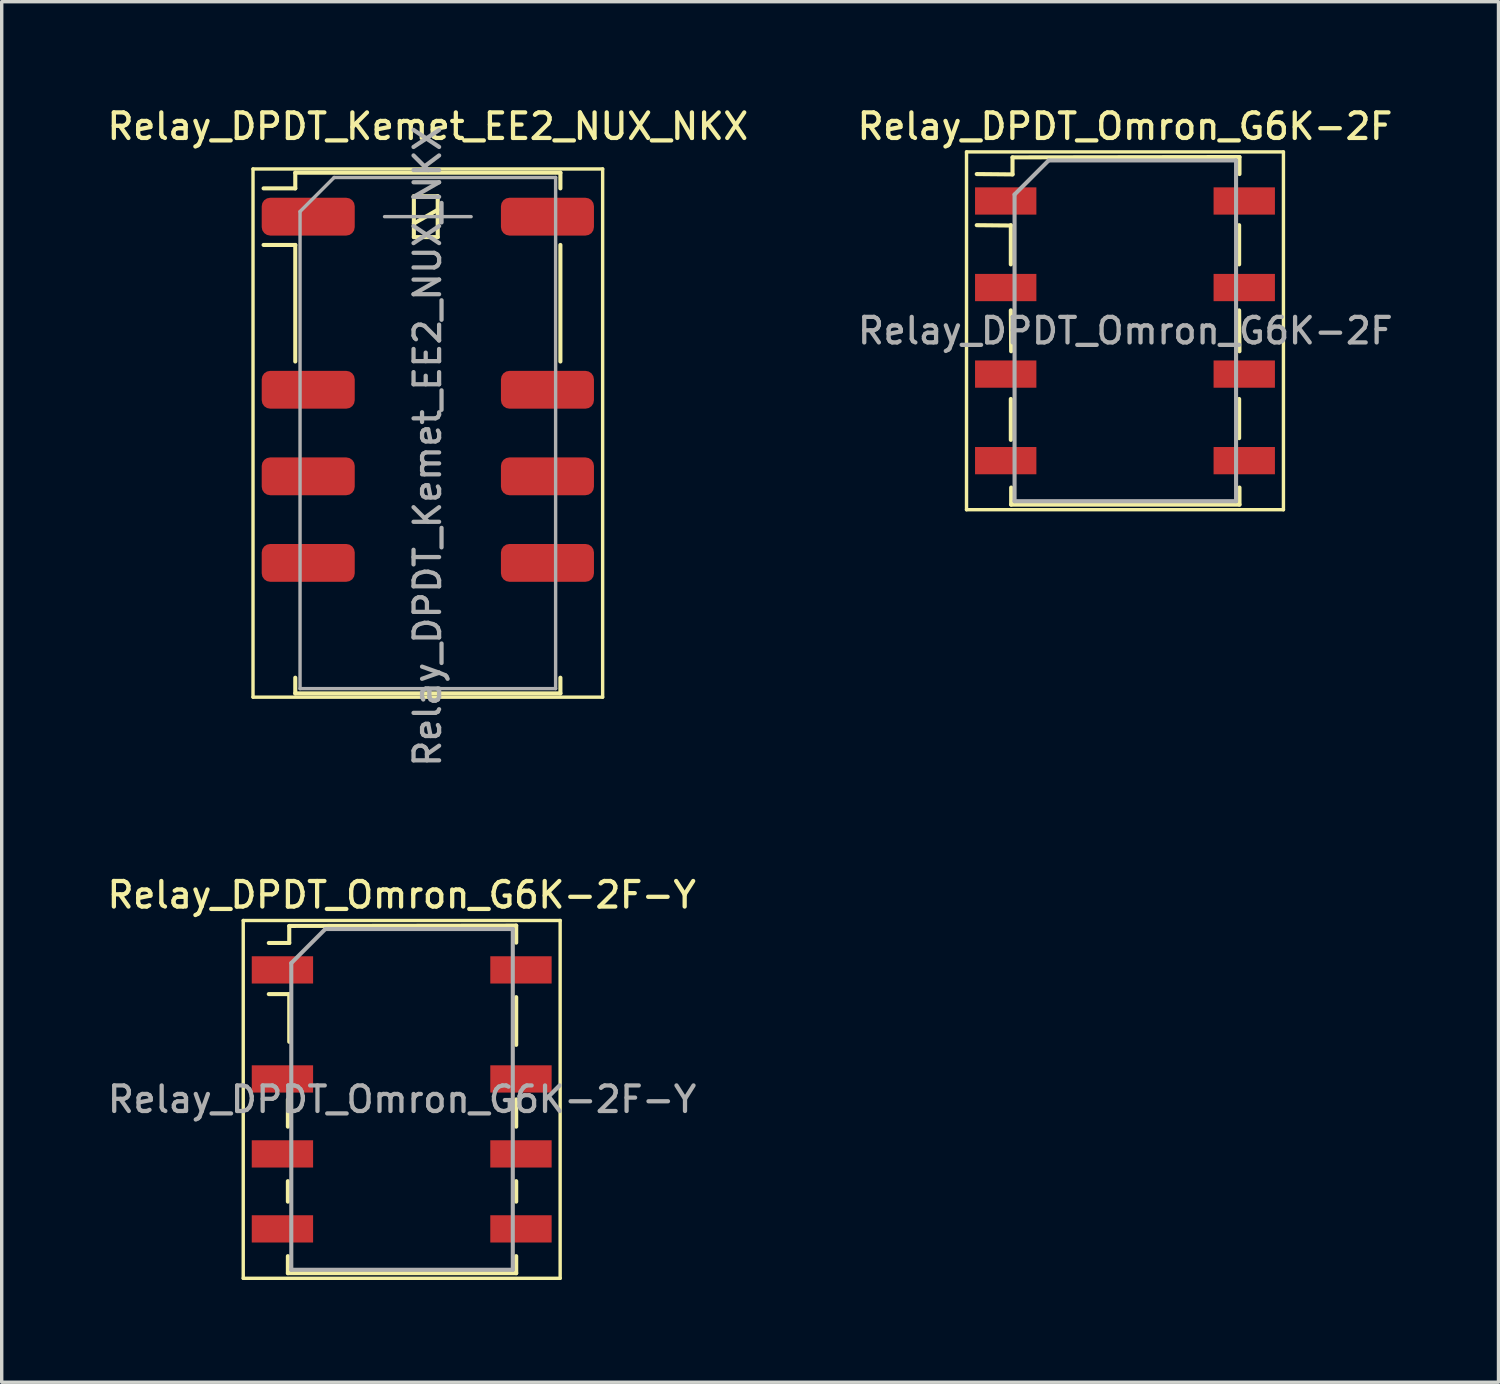
<source format=kicad_pcb>
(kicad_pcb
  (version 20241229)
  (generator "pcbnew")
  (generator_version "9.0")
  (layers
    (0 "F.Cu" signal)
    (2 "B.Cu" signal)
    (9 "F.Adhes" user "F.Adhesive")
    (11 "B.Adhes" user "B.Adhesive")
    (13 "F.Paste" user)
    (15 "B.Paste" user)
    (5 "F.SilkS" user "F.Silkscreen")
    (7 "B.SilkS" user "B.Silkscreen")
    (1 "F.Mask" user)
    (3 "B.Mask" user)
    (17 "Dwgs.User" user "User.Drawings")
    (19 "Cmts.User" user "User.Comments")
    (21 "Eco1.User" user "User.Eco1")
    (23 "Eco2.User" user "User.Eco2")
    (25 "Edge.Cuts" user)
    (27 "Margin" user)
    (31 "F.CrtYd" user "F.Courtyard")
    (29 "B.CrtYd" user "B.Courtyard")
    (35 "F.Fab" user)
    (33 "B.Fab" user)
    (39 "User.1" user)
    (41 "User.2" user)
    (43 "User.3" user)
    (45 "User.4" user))
  (footprint "Relay_DPDT_Kemet_EE2_NUX_NKX"
    (layer "F.Cu")
    (at 9.505 9.658)
    (property "Reference" "Relay_DPDT_Kemet_EE2_NUX_NKX" (at 0 -9 180) (layer "F.SilkS") (effects (font (size 0.75 0.75) (thickness 0.125))))
    (attr smd)
    (fp_line (start -5.13 -7.75) (end -5.13 7.75) (stroke (width 0.1) (type solid)) (layer "F.SilkS"))
    (fp_line (start -5.13 7.75) (end 5.13 7.75) (stroke (width 0.1) (type solid)) (layer "F.SilkS"))
    (fp_line (start -3.89 -7.64) (end -3.89 -7.18) (stroke (width 0.12) (type solid)) (layer "F.SilkS"))
    (fp_line (start -3.89 -7.18) (end -4.82 -7.18) (stroke (width 0.12) (type solid)) (layer "F.SilkS"))
    (fp_line (start -3.89 -5.52) (end -4.82 -5.52) (stroke (width 0.12) (type solid)) (layer "F.SilkS"))
    (fp_line (start -3.89 -5.52) (end -3.89 -2.1) (stroke (width 0.12) (type solid)) (layer "F.SilkS"))
    (fp_line (start -3.89 7.18) (end -3.89 7.64) (stroke (width 0.12) (type solid)) (layer "F.SilkS"))
    (fp_line (start -0.41 -6.95) (end -0.41 -5.75) (stroke (width 0.12) (type solid)) (layer "F.SilkS"))
    (fp_line (start -0.41 -6.15) (end 0.29 -6.55) (stroke (width 0.12) (type solid)) (layer "F.SilkS"))
    (fp_line (start -0.41 -5.75) (end 0.29 -5.75) (stroke (width 0.12) (type solid)) (layer "F.SilkS"))
    (fp_line (start 0.29 -6.95) (end -0.41 -6.95) (stroke (width 0.12) (type solid)) (layer "F.SilkS"))
    (fp_line (start 0.29 -5.75) (end 0.29 -6.95) (stroke (width 0.12) (type solid)) (layer "F.SilkS"))
    (fp_line (start 3.89 -7.64) (end -3.89 -7.64) (stroke (width 0.12) (type solid)) (layer "F.SilkS"))
    (fp_line (start 3.89 -7.64) (end 3.89 -7.18) (stroke (width 0.12) (type solid)) (layer "F.SilkS"))
    (fp_line (start 3.89 -5.52) (end 3.89 -2.1) (stroke (width 0.12) (type solid)) (layer "F.SilkS"))
    (fp_line (start 3.89 7.18) (end 3.89 7.64) (stroke (width 0.12) (type solid)) (layer "F.SilkS"))
    (fp_line (start 3.89 7.64) (end -3.89 7.64) (stroke (width 0.12) (type solid)) (layer "F.SilkS"))
    (fp_line (start 5.13 -7.75) (end -5.13 -7.75) (stroke (width 0.1) (type solid)) (layer "F.SilkS"))
    (fp_line (start 5.13 -7.75) (end 5.13 7.75) (stroke (width 0.1) (type solid)) (layer "F.SilkS"))
    (fp_line (start -3.75 -6.5) (end -3.75 7.5) (stroke (width 0.1) (type solid)) (layer "F.Fab"))
    (fp_line (start -3.75 -6.5) (end -2.75 -7.5) (stroke (width 0.1) (type solid)) (layer "F.Fab"))
    (fp_line (start -1.27 -6.35) (end 1.27 -6.35) (stroke (width 0.1) (type solid)) (layer "F.Fab"))
    (fp_line (start 3.75 -7.5) (end -2.75 -7.5) (stroke (width 0.1) (type solid)) (layer "F.Fab"))
    (fp_line (start 3.75 -7.5) (end 3.75 7.5) (stroke (width 0.1) (type solid)) (layer "F.Fab"))
    (fp_line (start 3.75 7.5) (end -3.75 7.5) (stroke (width 0.1) (type solid)) (layer "F.Fab"))
    (fp_text user "${REFERENCE}" (at -0.01 0.39 90) (layer "F.Fab") (effects (font (size 0.75 0.75) (thickness 0.125))))
    (pad "1" smd roundrect (at -3.51 -6.35 270) (size 1.11 2.73) (layers "F.Cu" "F.Mask" "F.Paste") (roundrect_rratio 0.225))
    (pad "3" smd roundrect (at -3.51 -1.27 270) (size 1.11 2.73) (layers "F.Cu" "F.Mask" "F.Paste") (roundrect_rratio 0.225))
    (pad "4" smd roundrect (at -3.51 1.27 270) (size 1.11 2.73) (layers "F.Cu" "F.Mask" "F.Paste") (roundrect_rratio 0.225))
    (pad "5" smd roundrect (at -3.51 3.81 270) (size 1.11 2.73) (layers "F.Cu" "F.Mask" "F.Paste") (roundrect_rratio 0.225))
    (pad "8" smd roundrect (at 3.51 3.81 270) (size 1.11 2.73) (layers "F.Cu" "F.Mask" "F.Paste") (roundrect_rratio 0.225))
    (pad "9" smd roundrect (at 3.51 1.27 270) (size 1.11 2.73) (layers "F.Cu" "F.Mask" "F.Paste") (roundrect_rratio 0.225))
    (pad "10" smd roundrect (at 3.51 -1.27 270) (size 1.11 2.73) (layers "F.Cu" "F.Mask" "F.Paste") (roundrect_rratio 0.225))
    (pad "12" smd roundrect (at 3.51 -6.35 270) (size 1.11 2.73) (layers "F.Cu" "F.Mask" "F.Paste") (roundrect_rratio 0.225)))
  (footprint "Relay_DPDT_Omron_G6K-2F-Y"
    (layer "F.Cu")
    (at 8.738 29.212)
    (property "Reference" "Relay_DPDT_Omron_G6K-2F-Y" (at 0 -6 0) (layer "F.SilkS") (effects (font (size 0.75 0.75) (thickness 0.125))))
    (attr smd)
    (fp_line (start -4.65 -5.25) (end -4.65 5.25) (stroke (width 0.1) (type solid)) (layer "F.SilkS"))
    (fp_line (start -4.65 -5.25) (end 4.65 -5.25) (stroke (width 0.1) (type solid)) (layer "F.SilkS"))
    (fp_line (start -3.34 0.8) (end -3.34 0) (stroke (width 0.12) (type solid)) (layer "F.SilkS"))
    (fp_line (start -3.34 3) (end -3.34 2.4) (stroke (width 0.12) (type solid)) (layer "F.SilkS"))
    (fp_line (start -3.34 5.1) (end -3.34 4.6) (stroke (width 0.12) (type solid)) (layer "F.SilkS"))
    (fp_line (start -3.3 -5.09) (end -3.3 -4.59) (stroke (width 0.12) (type solid)) (layer "F.SilkS"))
    (fp_line (start -3.3 -5.09) (end 3.36 -5.1) (stroke (width 0.12) (type solid)) (layer "F.SilkS"))
    (fp_line (start -3.3 -4.59) (end -3.9 -4.59) (stroke (width 0.12) (type solid)) (layer "F.SilkS"))
    (fp_line (start -3.3 -3.09) (end -3.9 -3.09) (stroke (width 0.12) (type solid)) (layer "F.SilkS"))
    (fp_line (start -3.3 -1.69) (end -3.3 -3.09) (stroke (width 0.12) (type solid)) (layer "F.SilkS"))
    (fp_line (start 3.36 -5.1) (end 3.36 -4.6) (stroke (width 0.12) (type solid)) (layer "F.SilkS"))
    (fp_line (start 3.36 -3) (end 3.36 -1.6) (stroke (width 0.12) (type solid)) (layer "F.SilkS"))
    (fp_line (start 3.36 0) (end 3.36 0.8) (stroke (width 0.12) (type solid)) (layer "F.SilkS"))
    (fp_line (start 3.36 2.4) (end 3.36 3) (stroke (width 0.12) (type solid)) (layer "F.SilkS"))
    (fp_line (start 3.36 4.6) (end 3.36 5.1) (stroke (width 0.12) (type solid)) (layer "F.SilkS"))
    (fp_line (start 3.36 5.1) (end -3.34 5.1) (stroke (width 0.12) (type solid)) (layer "F.SilkS"))
    (fp_line (start 4.65 5.25) (end -4.65 5.25) (stroke (width 0.1) (type solid)) (layer "F.SilkS"))
    (fp_line (start 4.65 5.25) (end 4.65 -5.25) (stroke (width 0.1) (type solid)) (layer "F.SilkS"))
    (fp_line (start -3.24 -4) (end -2.24 -5) (stroke (width 0.12) (type solid)) (layer "F.Fab"))
    (fp_line (start -3.24 5) (end -3.24 -4) (stroke (width 0.12) (type solid)) (layer "F.Fab"))
    (fp_line (start -2.24 -5) (end 3.26 -5) (stroke (width 0.12) (type solid)) (layer "F.Fab"))
    (fp_line (start 3.26 -5) (end 3.26 5) (stroke (width 0.12) (type solid)) (layer "F.Fab"))
    (fp_line (start 3.26 5) (end -3.24 5) (stroke (width 0.12) (type solid)) (layer "F.Fab"))
    (fp_text user "${REFERENCE}" (at 0.01 0 0) (layer "F.Fab") (effects (font (size 0.75 0.75) (thickness 0.125))))
    (pad "1" smd rect (at -3.5 -3.8) (size 1.8 0.8) (layers "F.Cu" "F.Mask" "F.Paste"))
    (pad "2" smd rect (at -3.5 -0.6) (size 1.8 0.8) (layers "F.Cu" "F.Mask" "F.Paste"))
    (pad "3" smd rect (at -3.5 1.6) (size 1.8 0.8) (layers "F.Cu" "F.Mask" "F.Paste"))
    (pad "4" smd rect (at -3.5 3.8) (size 1.8 0.8) (layers "F.Cu" "F.Mask" "F.Paste"))
    (pad "5" smd rect (at 3.5 3.8) (size 1.8 0.8) (layers "F.Cu" "F.Mask" "F.Paste"))
    (pad "6" smd rect (at 3.5 1.6) (size 1.8 0.8) (layers "F.Cu" "F.Mask" "F.Paste"))
    (pad "7" smd rect (at 3.5 -0.6) (size 1.8 0.8) (layers "F.Cu" "F.Mask" "F.Paste"))
    (pad "8" smd rect (at 3.5 -3.8) (size 1.8 0.8) (layers "F.Cu" "F.Mask" "F.Paste")))
  (footprint "Relay_DPDT_Omron_G6K-2F"
    (layer "F.Cu")
    (at 29.963 6.658)
    (property "Reference" "Relay_DPDT_Omron_G6K-2F" (at 0 -6 0) (layer "F.SilkS") (effects (font (size 0.75 0.75) (thickness 0.125))))
    (attr smd)
    (fp_line (start -4.65 -5.25) (end -4.65 5.25) (stroke (width 0.1) (type solid)) (layer "F.SilkS"))
    (fp_line (start -4.65 -5.25) (end 4.65 -5.25) (stroke (width 0.1) (type solid)) (layer "F.SilkS"))
    (fp_line (start -3.35 -3.09) (end -4.35 -3.1) (stroke (width 0.12) (type solid)) (layer "F.SilkS"))
    (fp_line (start -3.35 -1.95) (end -3.35 -3.1) (stroke (width 0.12) (type solid)) (layer "F.SilkS"))
    (fp_line (start -3.35 3.2) (end -3.35 2) (stroke (width 0.12) (type solid)) (layer "F.SilkS"))
    (fp_line (start -3.34 0.6) (end -3.35 -0.6) (stroke (width 0.12) (type solid)) (layer "F.SilkS"))
    (fp_line (start -3.34 5.1) (end -3.34 4.6) (stroke (width 0.12) (type solid)) (layer "F.SilkS"))
    (fp_line (start -3.3 -5.09) (end -3.3 -4.59) (stroke (width 0.12) (type solid)) (layer "F.SilkS"))
    (fp_line (start -3.3 -5.09) (end 3.36 -5.1) (stroke (width 0.12) (type solid)) (layer "F.SilkS"))
    (fp_line (start -3.3 -4.59) (end -4.35 -4.6) (stroke (width 0.12) (type solid)) (layer "F.SilkS"))
    (fp_line (start 3.35 -3.1) (end 3.35 -1.95) (stroke (width 0.12) (type solid)) (layer "F.SilkS"))
    (fp_line (start 3.35 -0.6) (end 3.36 0.6) (stroke (width 0.12) (type solid)) (layer "F.SilkS"))
    (fp_line (start 3.35 2) (end 3.35 3.15) (stroke (width 0.12) (type solid)) (layer "F.SilkS"))
    (fp_line (start 3.36 -5.1) (end 3.36 -4.6) (stroke (width 0.12) (type solid)) (layer "F.SilkS"))
    (fp_line (start 3.36 4.6) (end 3.36 5.1) (stroke (width 0.12) (type solid)) (layer "F.SilkS"))
    (fp_line (start 3.36 5.1) (end -3.34 5.1) (stroke (width 0.12) (type solid)) (layer "F.SilkS"))
    (fp_line (start 4.65 5.25) (end -4.65 5.25) (stroke (width 0.1) (type solid)) (layer "F.SilkS"))
    (fp_line (start 4.65 5.25) (end 4.65 -5.25) (stroke (width 0.1) (type solid)) (layer "F.SilkS"))
    (fp_line (start -3.24 -4) (end -2.24 -5) (stroke (width 0.12) (type solid)) (layer "F.Fab"))
    (fp_line (start -3.24 5) (end -3.24 -4) (stroke (width 0.12) (type solid)) (layer "F.Fab"))
    (fp_line (start -2.24 -5) (end 3.26 -5) (stroke (width 0.12) (type solid)) (layer "F.Fab"))
    (fp_line (start 3.26 -5) (end 3.26 5) (stroke (width 0.12) (type solid)) (layer "F.Fab"))
    (fp_line (start 3.26 5) (end -3.24 5) (stroke (width 0.12) (type solid)) (layer "F.Fab"))
    (fp_text user "${REFERENCE}" (at 0.01 0 0) (layer "F.Fab") (effects (font (size 0.75 0.75) (thickness 0.125))))
    (pad "1" smd rect (at -3.5 -3.81) (size 1.8 0.8) (layers "F.Cu" "F.Mask" "F.Paste"))
    (pad "2" smd rect (at -3.5 -1.27) (size 1.8 0.8) (layers "F.Cu" "F.Mask" "F.Paste"))
    (pad "3" smd rect (at -3.5 1.27) (size 1.8 0.8) (layers "F.Cu" "F.Mask" "F.Paste"))
    (pad "4" smd rect (at -3.5 3.81) (size 1.8 0.8) (layers "F.Cu" "F.Mask" "F.Paste"))
    (pad "5" smd rect (at 3.5 3.81) (size 1.8 0.8) (layers "F.Cu" "F.Mask" "F.Paste"))
    (pad "6" smd rect (at 3.5 1.27) (size 1.8 0.8) (layers "F.Cu" "F.Mask" "F.Paste"))
    (pad "7" smd rect (at 3.5 -1.27) (size 1.8 0.8) (layers "F.Cu" "F.Mask" "F.Paste"))
    (pad "8" smd rect (at 3.5 -3.81) (size 1.8 0.8) (layers "F.Cu" "F.Mask" "F.Paste")))
  (gr_rect
    (start -3 -3)
    (end 40.924 37.512)
    (stroke (width 0.1) (type default))
    (fill no)
    (layer "Edge.Cuts")))
</source>
